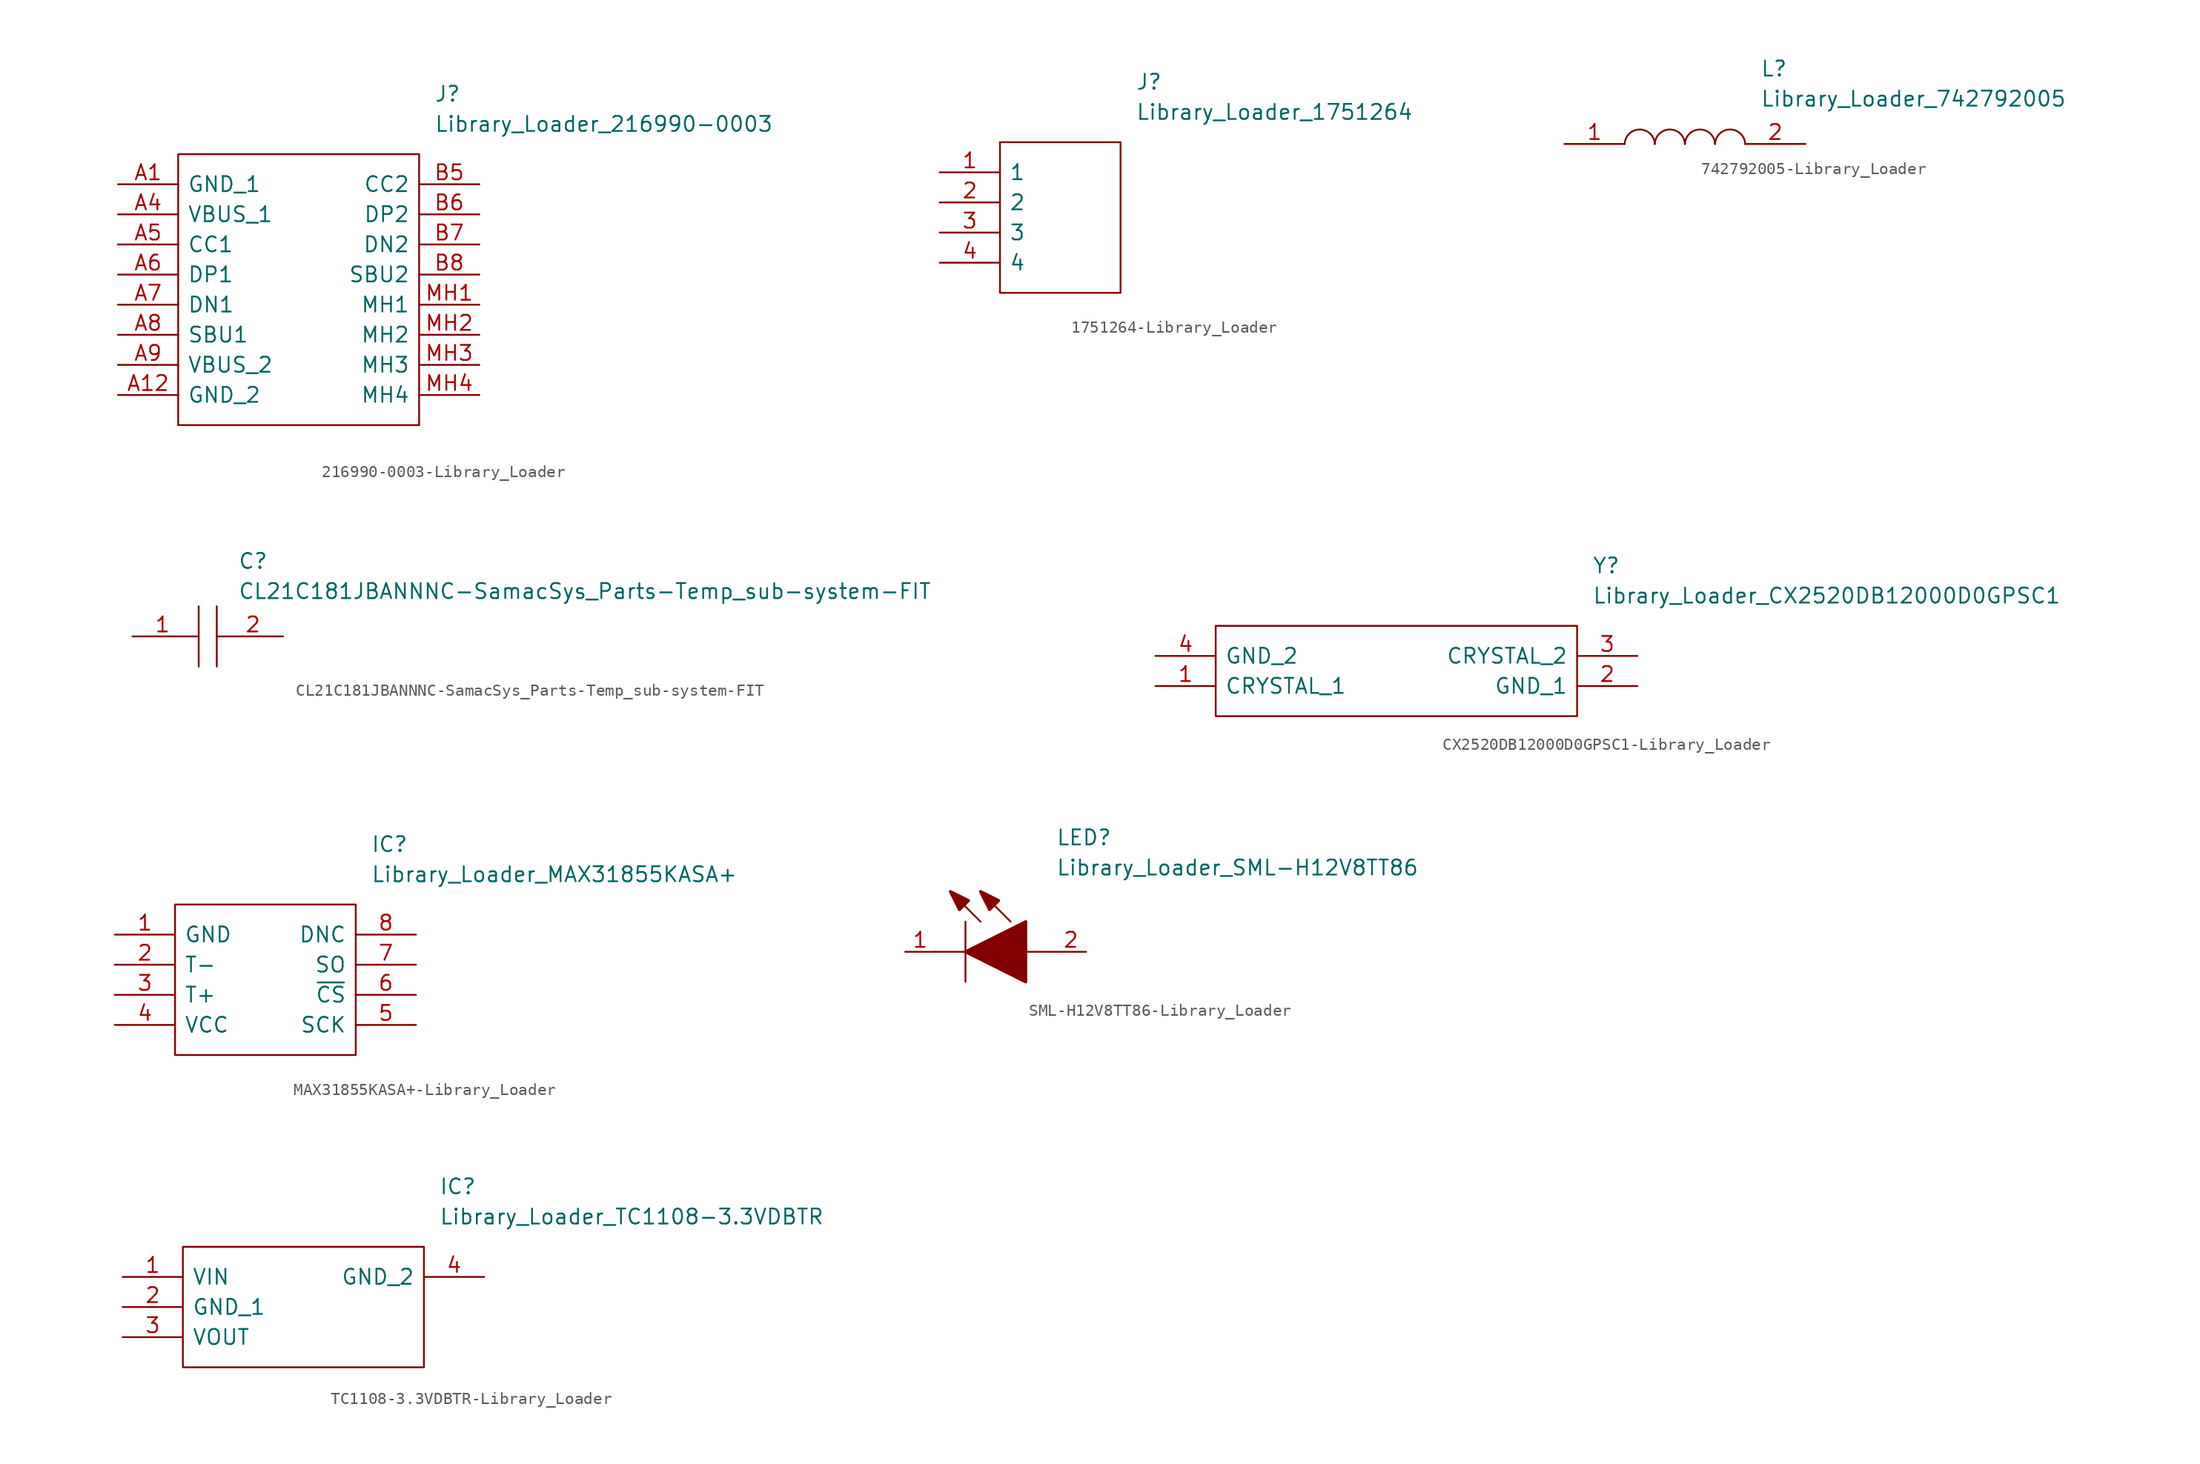
<source format=kicad_sym>
(kicad_symbol_lib
  (version 20220914)
  (generator kicad_symbol_editor)
  (symbol "216990-0003-Library_Loader"
    (pin_names
      (offset 0.762))
    (property "Reference" "J"
      (at 26.67 7.62 0)
      (effects (font (size 1.27 1.27)) (justify left)))
    (property "Value" "Library_Loader_216990-0003"
      (at 26.67 5.08 0)
      (effects (font (size 1.27 1.27)) (justify left)))
    (symbol "216990-0003-Library_Loader_0_0"
      (pin passive line (at 0 0 0) (length 5.08) (name "GND_1" (effects (font (size 1.27 1.27)))) (number "A1" (effects (font (size 1.27 1.27)))))
      (pin passive line (at 0 -17.78 0) (length 5.08) (name "GND_2" (effects (font (size 1.27 1.27)))) (number "A12" (effects (font (size 1.27 1.27)))))
      (pin passive line (at 0 -2.54 0) (length 5.08) (name "VBUS_1" (effects (font (size 1.27 1.27)))) (number "A4" (effects (font (size 1.27 1.27)))))
      (pin passive line (at 0 -5.08 0) (length 5.08) (name "CC1" (effects (font (size 1.27 1.27)))) (number "A5" (effects (font (size 1.27 1.27)))))
      (pin passive line (at 0 -7.62 0) (length 5.08) (name "DP1" (effects (font (size 1.27 1.27)))) (number "A6" (effects (font (size 1.27 1.27)))))
      (pin passive line (at 0 -10.16 0) (length 5.08) (name "DN1" (effects (font (size 1.27 1.27)))) (number "A7" (effects (font (size 1.27 1.27)))))
      (pin passive line (at 0 -12.7 0) (length 5.08) (name "SBU1" (effects (font (size 1.27 1.27)))) (number "A8" (effects (font (size 1.27 1.27)))))
      (pin passive line (at 0 -15.24 0) (length 5.08) (name "VBUS_2" (effects (font (size 1.27 1.27)))) (number "A9" (effects (font (size 1.27 1.27)))))
      (pin passive line (at 30.48 0 180) (length 5.08) (name "CC2" (effects (font (size 1.27 1.27)))) (number "B5" (effects (font (size 1.27 1.27)))))
      (pin passive line (at 30.48 -2.54 180) (length 5.08) (name "DP2" (effects (font (size 1.27 1.27)))) (number "B6" (effects (font (size 1.27 1.27)))))
      (pin passive line (at 30.48 -5.08 180) (length 5.08) (name "DN2" (effects (font (size 1.27 1.27)))) (number "B7" (effects (font (size 1.27 1.27)))))
      (pin passive line (at 30.48 -7.62 180) (length 5.08) (name "SBU2" (effects (font (size 1.27 1.27)))) (number "B8" (effects (font (size 1.27 1.27)))))
      (pin passive line (at 30.48 -10.16 180) (length 5.08) (name "MH1" (effects (font (size 1.27 1.27)))) (number "MH1" (effects (font (size 1.27 1.27)))))
      (pin passive line (at 30.48 -12.7 180) (length 5.08) (name "MH2" (effects (font (size 1.27 1.27)))) (number "MH2" (effects (font (size 1.27 1.27)))))
      (pin passive line (at 30.48 -15.24 180) (length 5.08) (name "MH3" (effects (font (size 1.27 1.27)))) (number "MH3" (effects (font (size 1.27 1.27)))))
      (pin passive line (at 30.48 -17.78 180) (length 5.08) (name "MH4" (effects (font (size 1.27 1.27)))) (number "MH4" (effects (font (size 1.27 1.27))))))
    (symbol "216990-0003-Library_Loader_0_1"
      (polyline (pts (xy 5.08 2.54) (xy 25.4 2.54) (xy 25.4 -20.32) (xy 5.08 -20.32) (xy 5.08 2.54)) (stroke (width 0.152) (type solid)) (fill (type none)))))
  (symbol "1751264-Library_Loader"
    (pin_names
      (offset 0.762))
    (property "Reference" "J"
      (at 16.51 7.62 0)
      (effects (font (size 1.27 1.27)) (justify left)))
    (property "Value" "Library_Loader_1751264"
      (at 16.51 5.08 0)
      (effects (font (size 1.27 1.27)) (justify left)))
    (symbol "1751264-Library_Loader_0_0"
      (pin passive line (at 0 0 0) (length 5.08) (name "1" (effects (font (size 1.27 1.27)))) (number "1" (effects (font (size 1.27 1.27)))))
      (pin passive line (at 0 -2.54 0) (length 5.08) (name "2" (effects (font (size 1.27 1.27)))) (number "2" (effects (font (size 1.27 1.27)))))
      (pin passive line (at 0 -5.08 0) (length 5.08) (name "3" (effects (font (size 1.27 1.27)))) (number "3" (effects (font (size 1.27 1.27)))))
      (pin passive line (at 0 -7.62 0) (length 5.08) (name "4" (effects (font (size 1.27 1.27)))) (number "4" (effects (font (size 1.27 1.27))))))
    (symbol "1751264-Library_Loader_0_1"
      (polyline (pts (xy 5.08 2.54) (xy 15.24 2.54) (xy 15.24 -10.16) (xy 5.08 -10.16) (xy 5.08 2.54)) (stroke (width 0.152) (type solid)) (fill (type none)))))
  (symbol "742792005-Library_Loader"
    (pin_names
      (offset 0.762))
    (property "Reference" "L"
      (at 16.51 6.35 0)
      (effects (font (size 1.27 1.27)) (justify left)))
    (property "Value" "Library_Loader_742792005"
      (at 16.51 3.81 0)
      (effects (font (size 1.27 1.27)) (justify left)))
    (symbol "742792005-Library_Loader_0_0"
      (pin passive line (at 0 0 0) (length 5.08) (name "~" (effects (font (size 1.27 1.27)))) (number "1" (effects (font (size 1.27 1.27)))))
      (pin passive line (at 20.32 0 180) (length 5.08) (name "~" (effects (font (size 1.27 1.27)))) (number "2" (effects (font (size 1.27 1.27))))))
    (symbol "742792005-Library_Loader_0_1"
      (arc (start 7.62 0) (mid 6.35 1.2202) (end 5.08 0) (stroke (width 0.1524) (type solid)) (fill (type none)))
      (arc (start 10.16 0) (mid 8.89 1.2202) (end 7.62 0) (stroke (width 0.1524) (type solid)) (fill (type none)))
      (arc (start 12.7 0) (mid 11.43 1.2202) (end 10.16 0) (stroke (width 0.1524) (type solid)) (fill (type none)))
      (arc (start 15.24 0) (mid 13.97 1.2202) (end 12.7 0) (stroke (width 0.1524) (type solid)) (fill (type none)))))
  (symbol "CL21C181JBANNNC-SamacSys_Parts-Temp_sub-system-FIT"
    (pin_names
      (offset 0.762))
    (property "Reference" "C"
      (at 8.89 6.35 0)
      (effects (font (size 1.27 1.27)) (justify left)))
    (property "Value" "CL21C181JBANNNC-SamacSys_Parts-Temp_sub-system-FIT"
      (at 8.89 3.81 0)
      (effects (font (size 1.27 1.27)) (justify left)))
    (symbol "CL21C181JBANNNC-SamacSys_Parts-Temp_sub-system-FIT_0_0"
      (pin passive line (at 0 0 0) (length 5.08) (name "~" (effects (font (size 1.27 1.27)))) (number "1" (effects (font (size 1.27 1.27)))))
      (pin passive line (at 12.7 0 180) (length 5.08) (name "~" (effects (font (size 1.27 1.27)))) (number "2" (effects (font (size 1.27 1.27))))))
    (symbol "CL21C181JBANNNC-SamacSys_Parts-Temp_sub-system-FIT_0_1"
      (polyline (pts (xy 5.08 0) (xy 5.588 0)) (stroke (width 0.152) (type solid)) (fill (type none)))
      (polyline (pts (xy 5.588 2.54) (xy 5.588 -2.54)) (stroke (width 0.152) (type solid)) (fill (type none)))
      (polyline (pts (xy 7.112 0) (xy 7.62 0)) (stroke (width 0.152) (type solid)) (fill (type none)))
      (polyline (pts (xy 7.112 2.54) (xy 7.112 -2.54)) (stroke (width 0.152) (type solid)) (fill (type none)))))
  (symbol "CX2520DB12000D0GPSC1-Library_Loader"
    (pin_names
      (offset 0.762))
    (property "Reference" "Y"
      (at 36.83 7.62 0)
      (effects (font (size 1.27 1.27)) (justify left)))
    (property "Value" "Library_Loader_CX2520DB12000D0GPSC1"
      (at 36.83 5.08 0)
      (effects (font (size 1.27 1.27)) (justify left)))
    (symbol "CX2520DB12000D0GPSC1-Library_Loader_0_0"
      (pin passive line (at 0 -2.54 0) (length 5.08) (name "CRYSTAL_1" (effects (font (size 1.27 1.27)))) (number "1" (effects (font (size 1.27 1.27)))))
      (pin passive line (at 40.64 -2.54 180) (length 5.08) (name "GND_1" (effects (font (size 1.27 1.27)))) (number "2" (effects (font (size 1.27 1.27)))))
      (pin passive line (at 40.64 0 180) (length 5.08) (name "CRYSTAL_2" (effects (font (size 1.27 1.27)))) (number "3" (effects (font (size 1.27 1.27)))))
      (pin passive line (at 0 0 0) (length 5.08) (name "GND_2" (effects (font (size 1.27 1.27)))) (number "4" (effects (font (size 1.27 1.27))))))
    (symbol "CX2520DB12000D0GPSC1-Library_Loader_0_1"
      (polyline (pts (xy 5.08 2.54) (xy 35.56 2.54) (xy 35.56 -5.08) (xy 5.08 -5.08) (xy 5.08 2.54)) (stroke (width 0.152) (type solid)) (fill (type none)))))
  (symbol "MAX31855KASA+-Library_Loader"
    (pin_names
      (offset 0.762))
    (property "Reference" "IC"
      (at 21.59 7.62 0)
      (effects (font (size 1.27 1.27)) (justify left)))
    (property "Value" "Library_Loader_MAX31855KASA+"
      (at 21.59 5.08 0)
      (effects (font (size 1.27 1.27)) (justify left)))
    (symbol "MAX31855KASA+-Library_Loader_0_0"
      (pin passive line (at 0 0 0) (length 5.08) (name "GND" (effects (font (size 1.27 1.27)))) (number "1" (effects (font (size 1.27 1.27)))))
      (pin passive line (at 0 -2.54 0) (length 5.08) (name "T-" (effects (font (size 1.27 1.27)))) (number "2" (effects (font (size 1.27 1.27)))))
      (pin passive line (at 0 -5.08 0) (length 5.08) (name "T+" (effects (font (size 1.27 1.27)))) (number "3" (effects (font (size 1.27 1.27)))))
      (pin passive line (at 0 -7.62 0) (length 5.08) (name "VCC" (effects (font (size 1.27 1.27)))) (number "4" (effects (font (size 1.27 1.27)))))
      (pin passive line (at 25.4 -7.62 180) (length 5.08) (name "SCK" (effects (font (size 1.27 1.27)))) (number "5" (effects (font (size 1.27 1.27)))))
      (pin passive line (at 25.4 -5.08 180) (length 5.08) (name "~{CS}" (effects (font (size 1.27 1.27)))) (number "6" (effects (font (size 1.27 1.27)))))
      (pin passive line (at 25.4 -2.54 180) (length 5.08) (name "SO" (effects (font (size 1.27 1.27)))) (number "7" (effects (font (size 1.27 1.27)))))
      (pin passive line (at 25.4 0 180) (length 5.08) (name "DNC" (effects (font (size 1.27 1.27)))) (number "8" (effects (font (size 1.27 1.27))))))
    (symbol "MAX31855KASA+-Library_Loader_0_1"
      (polyline (pts (xy 5.08 2.54) (xy 20.32 2.54) (xy 20.32 -10.16) (xy 5.08 -10.16) (xy 5.08 2.54)) (stroke (width 0.152) (type solid)) (fill (type none)))))
  (symbol "SML-H12V8TT86-Library_Loader"
    (pin_names
      (offset 0.762))
    (property "Reference" "LED"
      (at 12.7 8.89 0)
      (effects (font (size 1.27 1.27)) (justify left bottom)))
    (property "Value" "Library_Loader_SML-H12V8TT86"
      (at 12.7 6.35 0)
      (effects (font (size 1.27 1.27)) (justify left bottom)))
    (symbol "SML-H12V8TT86-Library_Loader_0_0"
      (pin passive line (at 0 0 0) (length 2.54) (name "~" (effects (font (size 1.27 1.27)))) (number "1" (effects (font (size 1.27 1.27)))))
      (pin passive line (at 15.24 0 180) (length 2.54) (name "~" (effects (font (size 1.27 1.27)))) (number "2" (effects (font (size 1.27 1.27))))))
    (symbol "SML-H12V8TT86-Library_Loader_0_1"
      (polyline (pts (xy 2.54 0) (xy 5.08 0)) (stroke (width 0.152) (type solid)) (fill (type none)))
      (polyline (pts (xy 5.08 2.54) (xy 5.08 -2.54)) (stroke (width 0.152) (type solid)) (fill (type none)))
      (polyline (pts (xy 6.35 2.54) (xy 3.81 5.08)) (stroke (width 0.152) (type solid)) (fill (type none)))
      (polyline (pts (xy 8.89 2.54) (xy 6.35 5.08)) (stroke (width 0.152) (type solid)) (fill (type none)))
      (polyline (pts (xy 10.16 0) (xy 12.7 0)) (stroke (width 0.152) (type solid)) (fill (type none)))
      (polyline (pts (xy 5.08 0) (xy 10.16 2.54) (xy 10.16 -2.54) (xy 5.08 0)) (stroke (width 0.254) (type solid)) (fill (type outline)))
      (polyline (pts (xy 5.334 4.318) (xy 4.572 3.556) (xy 3.81 5.08) (xy 5.334 4.318)) (stroke (width 0.254) (type solid)) (fill (type outline)))
      (polyline (pts (xy 7.874 4.318) (xy 7.112 3.556) (xy 6.35 5.08) (xy 7.874 4.318)) (stroke (width 0.254) (type solid)) (fill (type outline)))))
  (symbol "TC1108-3.3VDBTR-Library_Loader"
    (pin_names
      (offset 0.762))
    (property "Reference" "IC"
      (at 26.67 7.62 0)
      (effects (font (size 1.27 1.27)) (justify left)))
    (property "Value" "Library_Loader_TC1108-3.3VDBTR"
      (at 26.67 5.08 0)
      (effects (font (size 1.27 1.27)) (justify left)))
    (symbol "TC1108-3.3VDBTR-Library_Loader_0_0"
      (pin passive line (at 0 0 0) (length 5.08) (name "VIN" (effects (font (size 1.27 1.27)))) (number "1" (effects (font (size 1.27 1.27)))))
      (pin passive line (at 0 -2.54 0) (length 5.08) (name "GND_1" (effects (font (size 1.27 1.27)))) (number "2" (effects (font (size 1.27 1.27)))))
      (pin passive line (at 0 -5.08 0) (length 5.08) (name "VOUT" (effects (font (size 1.27 1.27)))) (number "3" (effects (font (size 1.27 1.27)))))
      (pin passive line (at 30.48 0 180) (length 5.08) (name "GND_2" (effects (font (size 1.27 1.27)))) (number "4" (effects (font (size 1.27 1.27))))))
    (symbol "TC1108-3.3VDBTR-Library_Loader_0_1"
      (polyline (pts (xy 5.08 2.54) (xy 25.4 2.54) (xy 25.4 -7.62) (xy 5.08 -7.62) (xy 5.08 2.54)) (stroke (width 0.152) (type solid)) (fill (type none))))))
</source>
